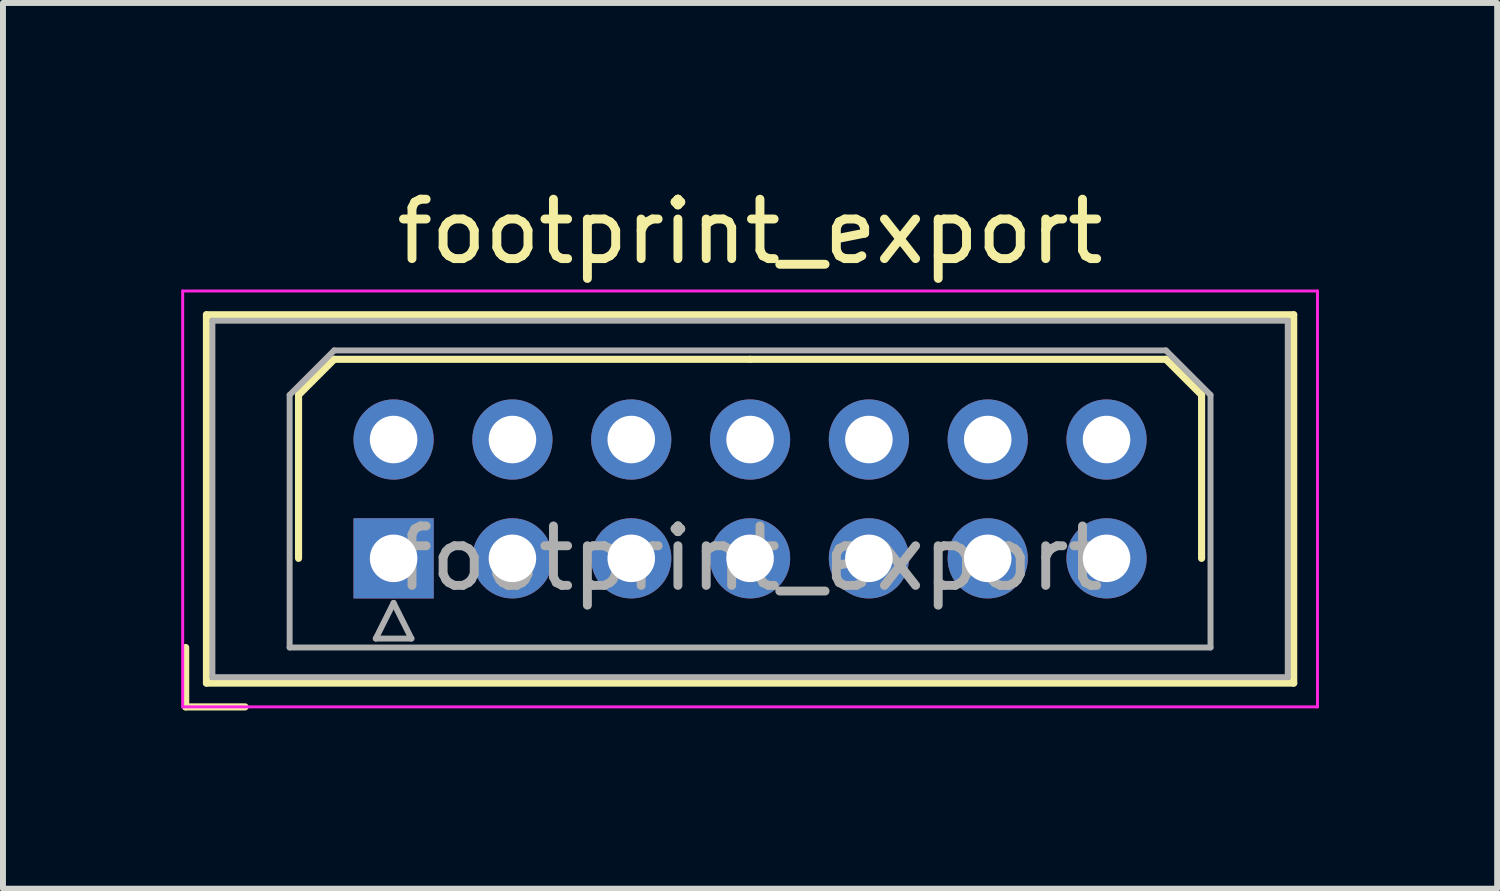
<source format=kicad_pcb>
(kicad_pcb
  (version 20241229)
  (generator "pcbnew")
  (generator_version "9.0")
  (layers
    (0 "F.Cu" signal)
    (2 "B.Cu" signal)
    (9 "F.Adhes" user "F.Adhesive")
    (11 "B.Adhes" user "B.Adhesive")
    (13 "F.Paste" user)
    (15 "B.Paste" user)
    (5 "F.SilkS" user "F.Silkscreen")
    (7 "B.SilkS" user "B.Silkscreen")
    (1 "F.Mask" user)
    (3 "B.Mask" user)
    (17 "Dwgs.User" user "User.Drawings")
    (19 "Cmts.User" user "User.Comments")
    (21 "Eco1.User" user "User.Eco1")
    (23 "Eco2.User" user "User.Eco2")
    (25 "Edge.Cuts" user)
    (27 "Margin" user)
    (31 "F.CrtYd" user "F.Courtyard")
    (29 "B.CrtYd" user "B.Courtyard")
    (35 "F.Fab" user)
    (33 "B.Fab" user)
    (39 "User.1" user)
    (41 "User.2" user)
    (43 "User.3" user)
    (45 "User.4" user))
  (footprint "footprint_export"
    (layer "F.Cu")
    (at 3.575 6.348)
    (property "Reference" "footprint_export" (at 6 -5.5 0) (layer "F.SilkS") (effects (font (size 1 1) (thickness 0.15))))
    (attr through_hole)
    (fp_line (start -3.5 1.5) (end -3.5 2.5) (stroke (width 0.12) (type solid)) (layer "F.SilkS"))
    (fp_line (start -3.5 2.5) (end -2.5 2.5) (stroke (width 0.12) (type solid)) (layer "F.SilkS"))
    (fp_line (start -3.15 -4.1) (end -3.15 2.1) (stroke (width 0.12) (type solid)) (layer "F.SilkS"))
    (fp_line (start -3.15 2.1) (end 15.15 2.1) (stroke (width 0.12) (type solid)) (layer "F.SilkS"))
    (fp_line (start -1.6 -2.75) (end -1 -3.35) (stroke (width 0.12) (type solid)) (layer "F.SilkS"))
    (fp_line (start -1.6 0) (end -1.6 -2.75) (stroke (width 0.12) (type solid)) (layer "F.SilkS"))
    (fp_line (start -1 -3.35) (end 6 -3.35) (stroke (width 0.12) (type solid)) (layer "F.SilkS"))
    (fp_line (start 13 -3.35) (end 6 -3.35) (stroke (width 0.12) (type solid)) (layer "F.SilkS"))
    (fp_line (start 13.6 -2.75) (end 13 -3.35) (stroke (width 0.12) (type solid)) (layer "F.SilkS"))
    (fp_line (start 13.6 0) (end 13.6 -2.75) (stroke (width 0.12) (type solid)) (layer "F.SilkS"))
    (fp_line (start 15.15 -4.1) (end -3.15 -4.1) (stroke (width 0.12) (type solid)) (layer "F.SilkS"))
    (fp_line (start 15.15 2.1) (end 15.15 -4.1) (stroke (width 0.12) (type solid)) (layer "F.SilkS"))
    (fp_line (start -3.55 -4.5) (end -3.55 2.5) (stroke (width 0.05) (type solid)) (layer "F.CrtYd"))
    (fp_line (start -3.55 2.5) (end 15.55 2.5) (stroke (width 0.05) (type solid)) (layer "F.CrtYd"))
    (fp_line (start 15.55 -4.5) (end -3.55 -4.5) (stroke (width 0.05) (type solid)) (layer "F.CrtYd"))
    (fp_line (start 15.55 2.5) (end 15.55 -4.5) (stroke (width 0.05) (type solid)) (layer "F.CrtYd"))
    (fp_line (start -3.05 -4) (end -3.05 2) (stroke (width 0.1) (type solid)) (layer "F.Fab"))
    (fp_line (start -3.05 2) (end 15.05 2) (stroke (width 0.1) (type solid)) (layer "F.Fab"))
    (fp_line (start -1.75 -2.75) (end -1 -3.5) (stroke (width 0.1) (type solid)) (layer "F.Fab"))
    (fp_line (start -1.75 1.5) (end -1.75 -2.75) (stroke (width 0.1) (type solid)) (layer "F.Fab"))
    (fp_line (start -1 -3.5) (end 13 -3.5) (stroke (width 0.1) (type solid)) (layer "F.Fab"))
    (fp_line (start -0.3 1.35) (end 0.3 1.35) (stroke (width 0.1) (type solid)) (layer "F.Fab"))
    (fp_line (start 0 0.75) (end -0.3 1.35) (stroke (width 0.1) (type solid)) (layer "F.Fab"))
    (fp_line (start 0.3 1.35) (end 0 0.75) (stroke (width 0.1) (type solid)) (layer "F.Fab"))
    (fp_line (start 13 -3.5) (end 13.75 -2.75) (stroke (width 0.1) (type solid)) (layer "F.Fab"))
    (fp_line (start 13.75 -2.75) (end 13.75 1.5) (stroke (width 0.1) (type solid)) (layer "F.Fab"))
    (fp_line (start 13.75 1.5) (end -1.75 1.5) (stroke (width 0.1) (type solid)) (layer "F.Fab"))
    (fp_line (start 15.05 -4) (end -3.05 -4) (stroke (width 0.1) (type solid)) (layer "F.Fab"))
    (fp_line (start 15.05 2) (end 15.05 -4) (stroke (width 0.1) (type solid)) (layer "F.Fab"))
    (fp_text user "${REFERENCE}" (at 6 0 0) (layer "F.Fab") (effects (font (size 1 1) (thickness 0.15))))
    (pad "1" thru_hole rect (at 0 0) (size 1.35 1.35) (drill 0.8) (layers "*.Cu" "*.Mask"))
    (pad "2" thru_hole circle (at 0 -2) (size 1.35 1.35) (drill 0.8) (layers "*.Cu" "*.Mask"))
    (pad "3" thru_hole circle (at 2 0) (size 1.35 1.35) (drill 0.8) (layers "*.Cu" "*.Mask"))
    (pad "4" thru_hole circle (at 2 -2) (size 1.35 1.35) (drill 0.8) (layers "*.Cu" "*.Mask"))
    (pad "5" thru_hole circle (at 4 0) (size 1.35 1.35) (drill 0.8) (layers "*.Cu" "*.Mask"))
    (pad "6" thru_hole circle (at 4 -2) (size 1.35 1.35) (drill 0.8) (layers "*.Cu" "*.Mask"))
    (pad "7" thru_hole circle (at 6 0) (size 1.35 1.35) (drill 0.8) (layers "*.Cu" "*.Mask"))
    (pad "8" thru_hole circle (at 6 -2) (size 1.35 1.35) (drill 0.8) (layers "*.Cu" "*.Mask"))
    (pad "9" thru_hole circle (at 8 0) (size 1.35 1.35) (drill 0.8) (layers "*.Cu" "*.Mask"))
    (pad "10" thru_hole circle (at 8 -2) (size 1.35 1.35) (drill 0.8) (layers "*.Cu" "*.Mask"))
    (pad "11" thru_hole circle (at 10 0) (size 1.35 1.35) (drill 0.8) (layers "*.Cu" "*.Mask"))
    (pad "12" thru_hole circle (at 10 -2) (size 1.35 1.35) (drill 0.8) (layers "*.Cu" "*.Mask"))
    (pad "13" thru_hole circle (at 12 0) (size 1.35 1.35) (drill 0.8) (layers "*.Cu" "*.Mask"))
    (pad "14" thru_hole circle (at 12 -2) (size 1.35 1.35) (drill 0.8) (layers "*.Cu" "*.Mask")))
  (gr_rect
    (start -3 -3)
    (end 22.15 11.908)
    (stroke (width 0.1) (type default))
    (fill no)
    (layer "Edge.Cuts")))
</source>
